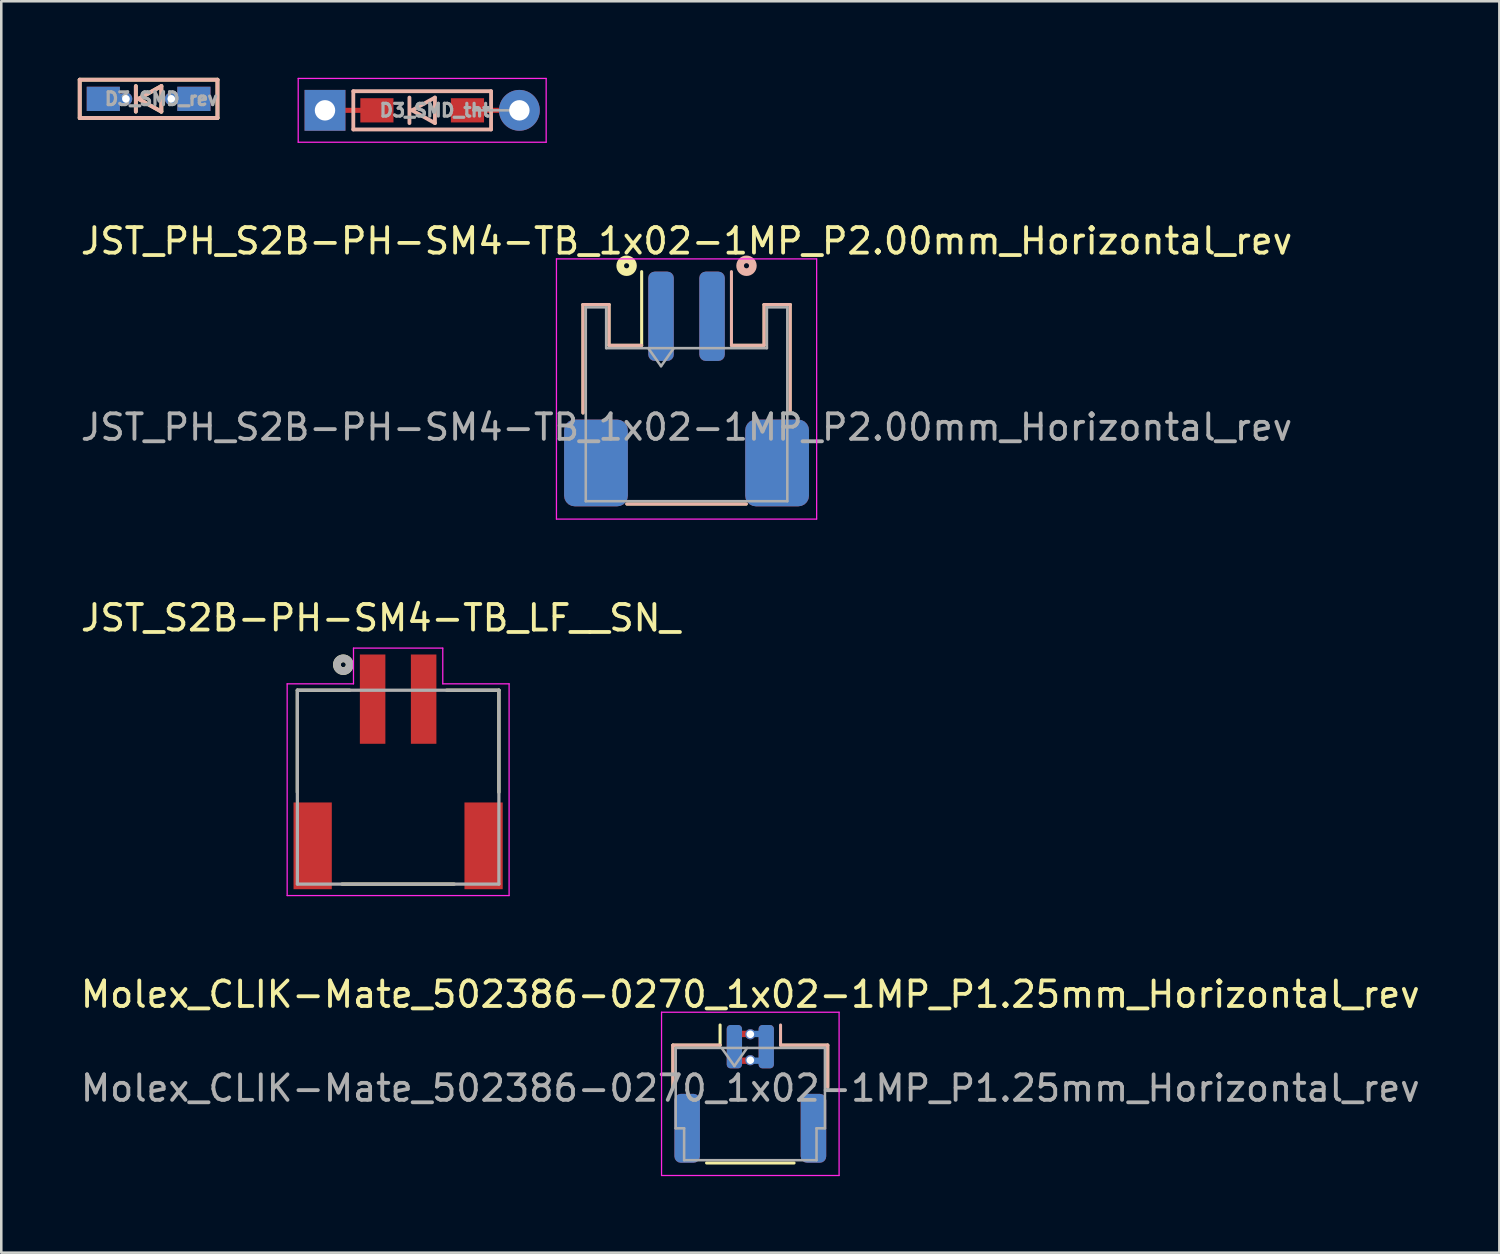
<source format=kicad_pcb>
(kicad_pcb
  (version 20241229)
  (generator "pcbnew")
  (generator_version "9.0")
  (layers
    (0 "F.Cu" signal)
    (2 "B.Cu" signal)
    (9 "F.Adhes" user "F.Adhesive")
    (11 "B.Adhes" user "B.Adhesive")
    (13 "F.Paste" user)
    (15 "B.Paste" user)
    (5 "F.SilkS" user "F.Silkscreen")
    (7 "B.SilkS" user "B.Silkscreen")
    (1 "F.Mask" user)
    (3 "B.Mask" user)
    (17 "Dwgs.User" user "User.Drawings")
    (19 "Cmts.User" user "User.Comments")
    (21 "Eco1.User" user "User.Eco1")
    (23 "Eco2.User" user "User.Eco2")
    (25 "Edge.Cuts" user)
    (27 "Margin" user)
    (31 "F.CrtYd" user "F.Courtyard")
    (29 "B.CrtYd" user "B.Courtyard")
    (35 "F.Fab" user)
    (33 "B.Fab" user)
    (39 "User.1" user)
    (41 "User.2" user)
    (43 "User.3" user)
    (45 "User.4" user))
  (footprint "Molex_CLIK-Mate_502386-0270_1x02-1MP_P1.25mm_Horizontal_rev"
    (layer "F.Cu")
    (at 26.363 39.83)
    (property "Reference" "Molex_CLIK-Mate_502386-0270_1x02-1MP_P1.25mm_Horizontal_rev" (at 0 -3.9 0) (layer "F.SilkS") (effects (font (size 1 1) (thickness 0.15))))
    (attr smd)
    (fp_line (start -3.035 -1.91) (end -1.185 -1.91) (stroke (width 0.12) (type solid)) (layer "F.SilkS"))
    (fp_line (start -3.035 -0.26) (end -3.035 -1.91) (stroke (width 0.12) (type solid)) (layer "F.SilkS"))
    (fp_line (start -1.715 2.71) (end 1.715 2.71) (stroke (width 0.12) (type solid)) (layer "F.SilkS"))
    (fp_line (start -1.185 -1.91) (end -1.185 -2.7) (stroke (width 0.12) (type solid)) (layer "F.SilkS"))
    (fp_line (start 3.035 -1.91) (end 1.185 -1.91) (stroke (width 0.12) (type solid)) (layer "F.SilkS"))
    (fp_line (start 3.035 -0.26) (end 3.035 -1.91) (stroke (width 0.12) (type solid)) (layer "F.SilkS"))
    (fp_line (start -3.035 -1.91) (end -1.185 -1.91) (stroke (width 0.12) (type solid)) (layer "B.SilkS"))
    (fp_line (start -3.035 -0.26) (end -3.035 -1.91) (stroke (width 0.12) (type solid)) (layer "B.SilkS"))
    (fp_line (start 1.185 -1.91) (end 1.185 -2.7) (stroke (width 0.12) (type solid)) (layer "B.SilkS"))
    (fp_line (start 3.035 -1.91) (end 1.185 -1.91) (stroke (width 0.12) (type solid)) (layer "B.SilkS"))
    (fp_line (start 3.035 -0.26) (end 3.035 -1.91) (stroke (width 0.12) (type solid)) (layer "B.SilkS"))
    (fp_line (start -3.48 -3.2) (end -3.48 3.2) (stroke (width 0.05) (type solid)) (layer "F.CrtYd"))
    (fp_line (start -3.48 3.2) (end 3.48 3.2) (stroke (width 0.05) (type solid)) (layer "F.CrtYd"))
    (fp_line (start 3.48 -3.2) (end -3.48 -3.2) (stroke (width 0.05) (type solid)) (layer "F.CrtYd"))
    (fp_line (start 3.48 3.2) (end 3.48 -3.2) (stroke (width 0.05) (type solid)) (layer "F.CrtYd"))
    (fp_line (start -2.925 -1.8) (end -2.925 1.35) (stroke (width 0.1) (type solid)) (layer "F.Fab"))
    (fp_line (start -2.925 -1.8) (end 2.925 -1.8) (stroke (width 0.1) (type solid)) (layer "F.Fab"))
    (fp_line (start -2.925 1.35) (end -2.595 1.35) (stroke (width 0.1) (type solid)) (layer "F.Fab"))
    (fp_line (start -2.595 1.35) (end -2.595 2.6) (stroke (width 0.1) (type solid)) (layer "F.Fab"))
    (fp_line (start -2.595 2.6) (end 2.595 2.6) (stroke (width 0.1) (type solid)) (layer "F.Fab"))
    (fp_line (start -1.125 -1.8) (end -0.625 -1.093) (stroke (width 0.1) (type solid)) (layer "F.Fab"))
    (fp_line (start -0.625 -1.093) (end -0.125 -1.8) (stroke (width 0.1) (type solid)) (layer "F.Fab"))
    (fp_line (start 2.595 1.35) (end 2.925 1.35) (stroke (width 0.1) (type solid)) (layer "F.Fab"))
    (fp_line (start 2.595 2.6) (end 2.595 1.35) (stroke (width 0.1) (type solid)) (layer "F.Fab"))
    (fp_line (start 2.925 -1.8) (end 2.925 1.35) (stroke (width 0.1) (type solid)) (layer "F.Fab"))
    (fp_text user "${REFERENCE}" (at 0 -0.22 0) (layer "F.Fab") (effects (font (size 1 1) (thickness 0.15))))
    (pad "1" smd roundrect (at -0.625 -1.85) (size 0.6 1.7) (layers "F.Cu" "F.Mask" "F.Paste") (roundrect_rratio 0.25))
    (pad "1" smd roundrect (at -0.25 -2.35) (size 0.3 0.25) (layers "F.Cu" "F.Mask" "F.Paste") (roundrect_rratio 0.25))
    (pad "1" thru_hole circle (at 0 -2.337) (size 0.4 0.4) (drill 0.3) (layers "*.Cu" "*.Mask"))
    (pad "1" smd roundrect (at 0.25 -2.35) (size 0.3 0.25) (layers "B.Cu" "B.Mask" "B.Paste") (roundrect_rratio 0.25))
    (pad "1" smd roundrect (at 0.625 -1.85) (size 0.6 1.7) (layers "B.Cu" "B.Mask" "B.Paste") (roundrect_rratio 0.25))
    (pad "2" smd roundrect (at -0.625 -1.85) (size 0.6 1.7) (layers "B.Cu" "B.Mask" "B.Paste") (roundrect_rratio 0.25))
    (pad "2" smd roundrect (at -0.25 -1.3) (size 0.3 0.25) (layers "F.Cu" "F.Mask" "F.Paste") (roundrect_rratio 0.25))
    (pad "2" thru_hole circle (at 0 -1.321) (size 0.4 0.4) (drill 0.3) (layers "*.Cu" "*.Mask"))
    (pad "2" smd roundrect (at 0.25 -1.3) (size 0.3 0.25) (layers "B.Cu" "B.Mask" "B.Paste") (roundrect_rratio 0.25))
    (pad "2" smd roundrect (at 0.625 -1.85) (size 0.6 1.7) (layers "F.Cu" "F.Mask" "F.Paste") (roundrect_rratio 0.25))
    (pad "MP" smd roundrect (at -2.475 1.35) (size 1 2.7) (layers "F.Cu" "F.Mask" "F.Paste") (roundrect_rratio 0.25))
    (pad "MP" smd roundrect (at -2.475 1.35) (size 1 2.7) (layers "B.Cu" "B.Mask" "B.Paste") (roundrect_rratio 0.25))
    (pad "MP" smd roundrect (at 2.475 1.35) (size 1 2.7) (layers "F.Cu" "F.Mask" "F.Paste") (roundrect_rratio 0.25))
    (pad "MP" smd roundrect (at 2.475 1.35) (size 1 2.7) (layers "B.Cu" "B.Mask" "B.Paste") (roundrect_rratio 0.25)))
  (footprint "JST_S2B-PH-SM4-TB_LF__SN_"
    (layer "F.Cu")
    (at 12.557 24.357)
    (property "Reference" "JST_S2B-PH-SM4-TB_LF__SN_" (at -0.692 -3.184 0) (layer "F.SilkS") (effects (font (size 1.002 1.002) (thickness 0.15))))
    (attr smd)
    (fp_line (start -3.95 -0.35) (end -3.95 3.65) (stroke (width 0.127) (type solid)) (layer "F.SilkS"))
    (fp_line (start -2.2 7.25) (end 2.2 7.25) (stroke (width 0.127) (type solid)) (layer "F.SilkS"))
    (fp_line (start -1.9 -0.35) (end -3.95 -0.35) (stroke (width 0.127) (type solid)) (layer "F.SilkS"))
    (fp_line (start 3.95 -0.35) (end 1.9 -0.35) (stroke (width 0.127) (type solid)) (layer "F.SilkS"))
    (fp_line (start 3.95 3.65) (end 3.95 -0.35) (stroke (width 0.127) (type solid)) (layer "F.SilkS"))
    (fp_circle (center -2.15 -1.35) (end -2.05 -1.35) (stroke (width 0.3) (type solid)) (fill no) (layer "F.SilkS"))
    (fp_line (start -4.35 -0.6) (end -1.75 -0.6) (stroke (width 0.05) (type solid)) (layer "F.CrtYd"))
    (fp_line (start -4.35 7.7) (end -4.35 -0.6) (stroke (width 0.05) (type solid)) (layer "F.CrtYd"))
    (fp_line (start -1.75 -2) (end 1.75 -2) (stroke (width 0.05) (type solid)) (layer "F.CrtYd"))
    (fp_line (start -1.75 -0.6) (end -1.75 -2) (stroke (width 0.05) (type solid)) (layer "F.CrtYd"))
    (fp_line (start 1.75 -2) (end 1.75 -0.6) (stroke (width 0.05) (type solid)) (layer "F.CrtYd"))
    (fp_line (start 1.75 -0.6) (end 4.35 -0.6) (stroke (width 0.05) (type solid)) (layer "F.CrtYd"))
    (fp_line (start 4.35 -0.6) (end 4.35 7.7) (stroke (width 0.05) (type solid)) (layer "F.CrtYd"))
    (fp_line (start 4.35 7.7) (end -4.35 7.7) (stroke (width 0.05) (type solid)) (layer "F.CrtYd"))
    (fp_line (start -3.95 -0.35) (end 3.95 -0.35) (stroke (width 0.127) (type solid)) (layer "F.Fab"))
    (fp_line (start -3.95 7.25) (end -3.95 -0.35) (stroke (width 0.127) (type solid)) (layer "F.Fab"))
    (fp_line (start 3.95 -0.35) (end 3.95 7.25) (stroke (width 0.127) (type solid)) (layer "F.Fab"))
    (fp_line (start 3.95 7.25) (end -3.95 7.25) (stroke (width 0.127) (type solid)) (layer "F.Fab"))
    (fp_circle (center -2.15 -1.35) (end -2.05 -1.35) (stroke (width 0.3) (type solid)) (fill no) (layer "F.Fab"))
    (pad "1" smd rect (at -1 0) (size 1 3.5) (layers "F.Cu" "F.Mask" "F.Paste"))
    (pad "2" smd rect (at 1 0) (size 1 3.5) (layers "F.Cu" "F.Mask" "F.Paste"))
    (pad "S1" smd rect (at -3.35 5.75) (size 1.5 3.4) (layers "F.Cu" "F.Mask" "F.Paste"))
    (pad "S2" smd rect (at 3.35 5.75) (size 1.5 3.4) (layers "F.Cu" "F.Mask" "F.Paste")))
  (footprint "JST_PH_S2B-PH-SM4-TB_1x02-1MP_P2.00mm_Horizontal_rev"
    (layer "F.Cu")
    (at 23.863 12.198)
    (property "Reference" "JST_PH_S2B-PH-SM4-TB_1x02-1MP_P2.00mm_Horizontal_rev" (at 0 -5.8 0) (layer "F.SilkS") (effects (font (size 1 1) (thickness 0.15))))
    (attr smd)
    (fp_line (start -4.06 -3.31) (end -3.04 -3.31) (stroke (width 0.12) (type solid)) (layer "F.SilkS"))
    (fp_line (start -4.06 0.94) (end -4.06 -3.31) (stroke (width 0.12) (type solid)) (layer "F.SilkS"))
    (fp_line (start -3.04 -3.31) (end -3.04 -1.71) (stroke (width 0.12) (type solid)) (layer "F.SilkS"))
    (fp_line (start -3.04 -1.71) (end -1.76 -1.71) (stroke (width 0.12) (type solid)) (layer "F.SilkS"))
    (fp_line (start -2.34 4.51) (end 2.34 4.51) (stroke (width 0.12) (type solid)) (layer "F.SilkS"))
    (fp_line (start -1.76 -1.71) (end -1.76 -4.6) (stroke (width 0.12) (type solid)) (layer "F.SilkS"))
    (fp_line (start 3.04 -3.31) (end 3.04 -1.71) (stroke (width 0.12) (type solid)) (layer "F.SilkS"))
    (fp_line (start 3.04 -1.71) (end 1.76 -1.71) (stroke (width 0.12) (type solid)) (layer "F.SilkS"))
    (fp_line (start 4.06 -3.31) (end 3.04 -3.31) (stroke (width 0.12) (type solid)) (layer "F.SilkS"))
    (fp_line (start 4.06 0.94) (end 4.06 -3.31) (stroke (width 0.12) (type solid)) (layer "F.SilkS"))
    (fp_circle (center -2.35 -4.83) (end -2.25 -4.83) (stroke (width 0.3) (type solid)) (fill no) (layer "F.SilkS"))
    (fp_line (start -4.06 -3.31) (end -3.04 -3.31) (stroke (width 0.12) (type solid)) (layer "B.SilkS"))
    (fp_line (start -4.06 0.94) (end -4.06 -3.31) (stroke (width 0.12) (type solid)) (layer "B.SilkS"))
    (fp_line (start -3.04 -3.31) (end -3.04 -1.71) (stroke (width 0.12) (type solid)) (layer "B.SilkS"))
    (fp_line (start -3.04 -1.71) (end -1.76 -1.71) (stroke (width 0.12) (type solid)) (layer "B.SilkS"))
    (fp_line (start 1.76 -1.71) (end 1.76 -4.6) (stroke (width 0.12) (type solid)) (layer "B.SilkS"))
    (fp_line (start 2.34 4.51) (end -2.34 4.51) (stroke (width 0.12) (type solid)) (layer "B.SilkS"))
    (fp_line (start 3.04 -3.31) (end 3.04 -1.71) (stroke (width 0.12) (type solid)) (layer "B.SilkS"))
    (fp_line (start 3.04 -1.71) (end 1.76 -1.71) (stroke (width 0.12) (type solid)) (layer "B.SilkS"))
    (fp_line (start 4.06 -3.31) (end 3.04 -3.31) (stroke (width 0.12) (type solid)) (layer "B.SilkS"))
    (fp_line (start 4.06 0.94) (end 4.06 -3.31) (stroke (width 0.12) (type solid)) (layer "B.SilkS"))
    (fp_circle (center 2.35 -4.83) (end 2.25 -4.83) (stroke (width 0.3) (type solid)) (fill no) (layer "B.SilkS"))
    (fp_line (start -5.1 -5.1) (end -5.1 5.1) (stroke (width 0.05) (type solid)) (layer "F.CrtYd"))
    (fp_line (start -5.1 5.1) (end 5.1 5.1) (stroke (width 0.05) (type solid)) (layer "F.CrtYd"))
    (fp_line (start 5.1 -5.1) (end -5.1 -5.1) (stroke (width 0.05) (type solid)) (layer "F.CrtYd"))
    (fp_line (start 5.1 5.1) (end 5.1 -5.1) (stroke (width 0.05) (type solid)) (layer "F.CrtYd"))
    (fp_line (start -3.95 -3.2) (end -3.95 4.4) (stroke (width 0.1) (type solid)) (layer "F.Fab"))
    (fp_line (start -3.95 -3.2) (end -3.15 -3.2) (stroke (width 0.1) (type solid)) (layer "F.Fab"))
    (fp_line (start -3.95 4.4) (end 3.95 4.4) (stroke (width 0.1) (type solid)) (layer "F.Fab"))
    (fp_line (start -3.15 -3.2) (end -3.15 -1.6) (stroke (width 0.1) (type solid)) (layer "F.Fab"))
    (fp_line (start -3.15 -1.6) (end 3.15 -1.6) (stroke (width 0.1) (type solid)) (layer "F.Fab"))
    (fp_line (start -1.5 -1.6) (end -1 -0.893) (stroke (width 0.1) (type solid)) (layer "F.Fab"))
    (fp_line (start -1 -0.893) (end -0.5 -1.6) (stroke (width 0.1) (type solid)) (layer "F.Fab"))
    (fp_line (start 3.15 -3.2) (end 3.95 -3.2) (stroke (width 0.1) (type solid)) (layer "F.Fab"))
    (fp_line (start 3.15 -1.6) (end 3.15 -3.2) (stroke (width 0.1) (type solid)) (layer "F.Fab"))
    (fp_line (start 3.95 -3.2) (end 3.95 4.4) (stroke (width 0.1) (type solid)) (layer "F.Fab"))
    (fp_text user "${REFERENCE}" (at 0 1.5 0) (layer "F.Fab") (effects (font (size 1 1) (thickness 0.15))))
    (pad "1" smd roundrect (at -1 -2.85) (size 1 3.5) (layers "F.Cu" "F.Mask" "F.Paste") (roundrect_rratio 0.25))
    (pad "1" smd roundrect (at 1 -2.85) (size 1 3.5) (layers "B.Cu" "B.Mask" "B.Paste") (roundrect_rratio 0.25))
    (pad "2" smd roundrect (at -1 -2.85) (size 1 3.5) (layers "B.Cu" "B.Mask" "B.Paste") (roundrect_rratio 0.25))
    (pad "2" smd roundrect (at 1 -2.85) (size 1 3.5) (layers "F.Cu" "F.Mask" "F.Paste") (roundrect_rratio 0.25))
    (pad "MP" smd roundrect (at -3.55 2.9) (size 2.5 3.4) (layers "F.Cu" "F.Mask" "F.Paste") (roundrect_rratio 0.167))
    (pad "MP" smd roundrect (at -3.55 2.9) (size 2.5 3.4) (layers "B.Cu" "B.Mask" "B.Paste") (roundrect_rratio 0.167))
    (pad "MP" smd roundrect (at 3.55 2.9) (size 2.5 3.4) (layers "F.Cu" "F.Mask" "F.Paste") (roundrect_rratio 0.167))
    (pad "MP" smd roundrect (at 3.55 2.9) (size 2.5 3.4) (layers "B.Cu" "B.Mask" "B.Paste") (roundrect_rratio 0.167)))
  (footprint "D3_SMD_tht"
    (layer "F.Cu")
    (at 13.5 1.275)
    (property "Reference" "D3_SMD_tht" (at 0.5 0 0) (layer "F.Fab") (effects (font (size 0.5 0.5) (thickness 0.125))))
    (attr through_hole)
    (fp_line (start -1.775 0) (end -3.81 0) (stroke (width 0.2) (type default)) (layer "F.Cu"))
    (fp_line (start 1.775 0) (end 3.81 0) (stroke (width 0.2) (type default)) (layer "F.Cu"))
    (fp_line (start -2.7 -0.75) (end -2.7 0.75) (stroke (width 0.15) (type solid)) (layer "B.SilkS"))
    (fp_line (start -2.7 0.75) (end 2.7 0.75) (stroke (width 0.15) (type solid)) (layer "B.SilkS"))
    (fp_line (start -0.5 -0.5) (end -0.5 0.5) (stroke (width 0.15) (type solid)) (layer "B.SilkS"))
    (fp_line (start -0.4 0) (end 0.5 -0.5) (stroke (width 0.15) (type solid)) (layer "B.SilkS"))
    (fp_line (start 0.5 -0.5) (end 0.5 0.5) (stroke (width 0.15) (type solid)) (layer "B.SilkS"))
    (fp_line (start 0.5 0.5) (end -0.4 0) (stroke (width 0.15) (type solid)) (layer "B.SilkS"))
    (fp_line (start 2.7 -0.75) (end -2.7 -0.75) (stroke (width 0.15) (type solid)) (layer "B.SilkS"))
    (fp_line (start 2.7 0.75) (end 2.7 -0.75) (stroke (width 0.15) (type solid)) (layer "B.SilkS"))
    (fp_line (start -4.86 -1.25) (end -4.86 1.25) (stroke (width 0.05) (type solid)) (layer "F.CrtYd"))
    (fp_line (start -4.86 1.25) (end 4.86 1.25) (stroke (width 0.05) (type solid)) (layer "F.CrtYd"))
    (fp_line (start 4.86 -1.25) (end -4.86 -1.25) (stroke (width 0.05) (type solid)) (layer "F.CrtYd"))
    (fp_line (start 4.86 1.25) (end 4.86 -1.25) (stroke (width 0.05) (type solid)) (layer "F.CrtYd"))
    (fp_line (start 3.81 0) (end 2 0) (stroke (width 0.1) (type solid)) (layer "F.Fab"))
    (pad "1" thru_hole rect (at -3.81 0) (size 1.6 1.6) (drill 0.8) (layers "*.Cu" "*.Mask"))
    (pad "1" smd rect (at -1.775 0) (size 1.3 0.95) (layers "F.Cu" "F.Mask" "F.Paste"))
    (pad "2" smd rect (at 1.775 0) (size 1.3 0.95) (layers "F.Cu" "F.Mask" "F.Paste"))
    (pad "2" thru_hole oval (at 3.81 0) (size 1.6 1.6) (drill 0.8) (layers "*.Cu" "*.Mask")))
  (footprint "D3_SMD_rev"
    (layer "F.Cu")
    (at 2.775 0.825)
    (property "Reference" "D3_SMD_rev" (at 0.5 0 0) (layer "F.Fab") (effects (font (size 0.5 0.5) (thickness 0.125))))
    (attr through_hole)
    (fp_line (start -2.7 -0.75) (end -2.7 0.75) (stroke (width 0.15) (type solid)) (layer "F.SilkS"))
    (fp_line (start -2.7 0.75) (end 2.7 0.75) (stroke (width 0.15) (type solid)) (layer "F.SilkS"))
    (fp_line (start -0.5 -0.5) (end -0.5 0.5) (stroke (width 0.15) (type solid)) (layer "F.SilkS"))
    (fp_line (start -0.4 0) (end 0.5 -0.5) (stroke (width 0.15) (type solid)) (layer "F.SilkS"))
    (fp_line (start 0.5 -0.5) (end 0.5 0.5) (stroke (width 0.15) (type solid)) (layer "F.SilkS"))
    (fp_line (start 0.5 0.5) (end -0.4 0) (stroke (width 0.15) (type solid)) (layer "F.SilkS"))
    (fp_line (start 2.7 -0.75) (end -2.7 -0.75) (stroke (width 0.15) (type solid)) (layer "F.SilkS"))
    (fp_line (start 2.7 -0.75) (end 2.7 0.75) (stroke (width 0.15) (type solid)) (layer "F.SilkS"))
    (fp_line (start -2.7 -0.75) (end -2.7 0.75) (stroke (width 0.15) (type solid)) (layer "B.SilkS"))
    (fp_line (start -2.7 0.75) (end 2.7 0.75) (stroke (width 0.15) (type solid)) (layer "B.SilkS"))
    (fp_line (start -0.5 -0.5) (end -0.5 0.5) (stroke (width 0.15) (type solid)) (layer "B.SilkS"))
    (fp_line (start -0.4 0) (end 0.5 -0.5) (stroke (width 0.15) (type solid)) (layer "B.SilkS"))
    (fp_line (start 0.5 -0.5) (end 0.5 0.5) (stroke (width 0.15) (type solid)) (layer "B.SilkS"))
    (fp_line (start 0.5 0.5) (end -0.4 0) (stroke (width 0.15) (type solid)) (layer "B.SilkS"))
    (fp_line (start 2.7 -0.75) (end -2.7 -0.75) (stroke (width 0.15) (type solid)) (layer "B.SilkS"))
    (fp_line (start 2.7 0.75) (end 2.7 -0.75) (stroke (width 0.15) (type solid)) (layer "B.SilkS"))
    (pad "1" smd rect (at -1.775 0) (size 1.3 0.95) (layers "F.Cu" "F.Mask" "F.Paste"))
    (pad "1" smd rect (at -1.775 0) (size 1.3 0.95) (layers "B.Cu" "B.Mask" "B.Paste"))
    (pad "1" smd rect (at -1.2 0) (size 0.6 0.4) (layers "F.Cu" "F.Mask" "F.Paste"))
    (pad "1" smd rect (at -1.2 0) (size 0.6 0.4) (layers "B.Cu" "B.Mask" "B.Paste"))
    (pad "1" thru_hole circle (at -0.889 0) (size 0.5 0.5) (drill 0.3) (layers "*.Cu" "*.Mask"))
    (pad "2" thru_hole circle (at 0.889 0) (size 0.5 0.5) (drill 0.3) (layers "*.Cu" "*.Mask"))
    (pad "2" smd rect (at 1.2 0) (size 0.6 0.4) (layers "F.Cu" "F.Mask" "F.Paste"))
    (pad "2" smd rect (at 1.2 0) (size 0.6 0.4) (layers "B.Cu" "B.Mask" "B.Paste"))
    (pad "2" smd rect (at 1.775 0) (size 1.3 0.95) (layers "F.Cu" "F.Mask" "F.Paste"))
    (pad "2" smd rect (at 1.775 0) (size 1.3 0.95) (layers "B.Cu" "B.Mask" "B.Paste")))
  (gr_rect
    (start -3 -3)
    (end 55.726 46.055)
    (stroke (width 0.1) (type default))
    (fill no)
    (layer "Edge.Cuts")))
</source>
